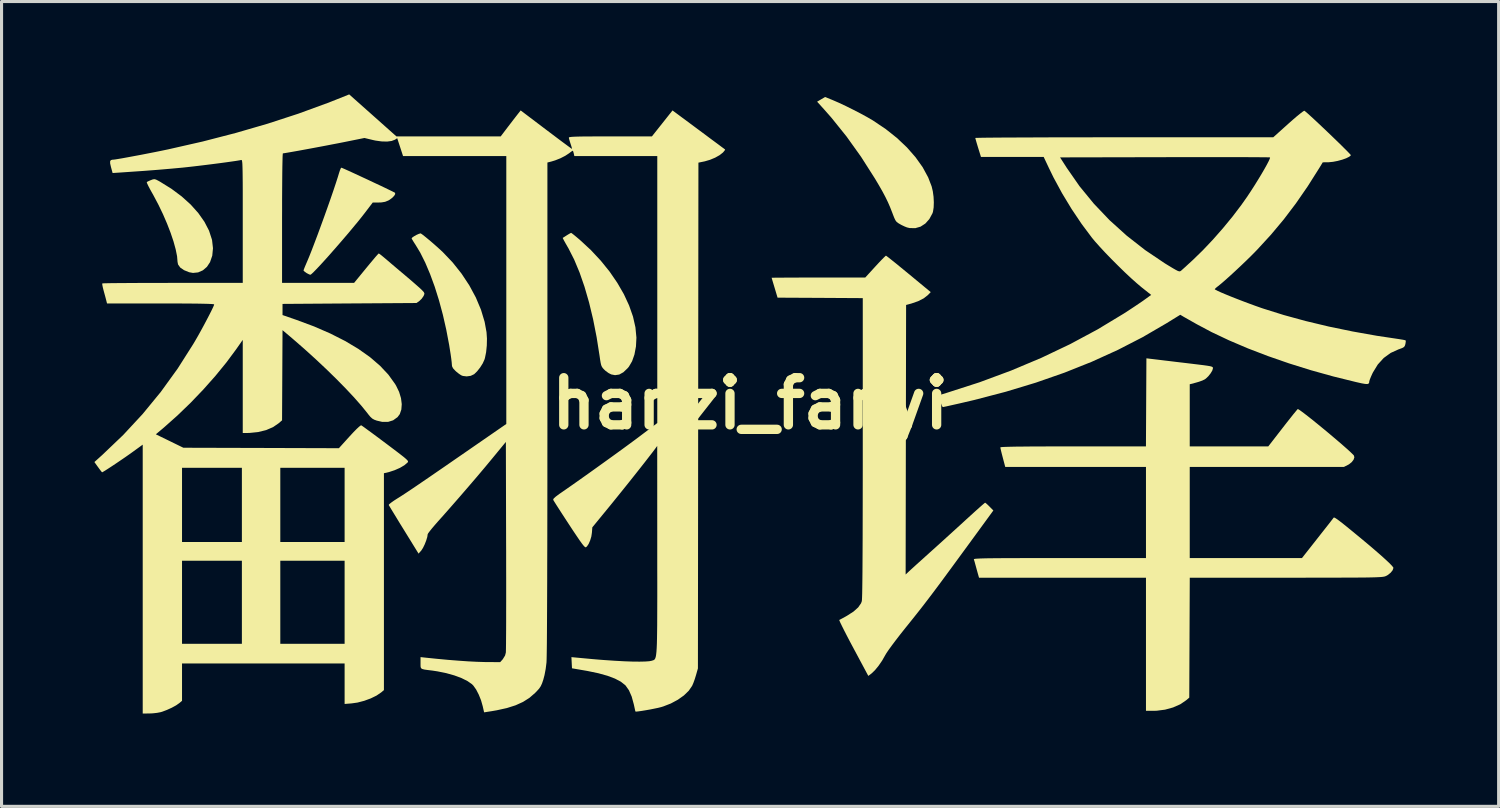
<source format=kicad_pcb>
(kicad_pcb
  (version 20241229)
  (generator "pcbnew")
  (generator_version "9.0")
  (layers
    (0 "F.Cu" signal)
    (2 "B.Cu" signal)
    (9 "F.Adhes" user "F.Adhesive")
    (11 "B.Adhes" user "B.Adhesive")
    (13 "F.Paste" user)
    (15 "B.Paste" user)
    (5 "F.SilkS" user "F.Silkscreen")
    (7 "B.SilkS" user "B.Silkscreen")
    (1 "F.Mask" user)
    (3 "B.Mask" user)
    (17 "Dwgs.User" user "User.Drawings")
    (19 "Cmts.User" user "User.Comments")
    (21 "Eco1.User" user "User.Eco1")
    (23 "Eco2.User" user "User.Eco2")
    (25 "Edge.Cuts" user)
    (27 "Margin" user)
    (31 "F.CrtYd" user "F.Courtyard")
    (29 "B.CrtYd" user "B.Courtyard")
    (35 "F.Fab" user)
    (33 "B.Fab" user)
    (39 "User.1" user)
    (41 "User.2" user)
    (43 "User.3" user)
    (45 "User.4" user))
  (footprint "hanzi_fanyi"
    (layer "F.Cu")
    (at 21.188 9.987)
    (property "Reference" "hanzi_fanyi" (at 0 0 0) (layer "F.SilkS") (effects (font (size 1.524 1.524) (thickness 0.3))))
    (attr board_only exclude_from_pos_files exclude_from_bom)
    (fp_poly (pts (xy -19.197 -7.235) (xy -19.124 -7.198) (xy -19.067 -7.166) (xy -18.698 -6.937) (xy -18.367 -6.69) (xy -18.076 -6.427) (xy -17.831 -6.153) (xy -17.633 -5.871) (xy -17.485 -5.586) (xy -17.392 -5.3) (xy -17.386 -5.275) (xy -17.357 -5.017) (xy -17.38 -4.777) (xy -17.452 -4.567) (xy -17.553 -4.415) (xy -17.684 -4.303) (xy -17.837 -4.236) (xy -18.002 -4.219) (xy -18.127 -4.241) (xy -18.294 -4.309) (xy -18.415 -4.393) (xy -18.485 -4.492) (xy -18.502 -4.576) (xy -18.517 -4.758) (xy -18.562 -4.981) (xy -18.632 -5.236) (xy -18.726 -5.515) (xy -18.84 -5.81) (xy -18.971 -6.114) (xy -19.117 -6.418) (xy -19.274 -6.715) (xy -19.316 -6.79) (xy -19.387 -6.917) (xy -19.444 -7.025) (xy -19.482 -7.106) (xy -19.497 -7.15) (xy -19.496 -7.154) (xy -19.46 -7.175) (xy -19.391 -7.206) (xy -19.36 -7.219) (xy -19.297 -7.242) (xy -19.248 -7.248)) (stroke (width 0) (type solid)) (fill yes) (layer "F.SilkS"))
    (fp_poly (pts (xy 2.675 -9.799) (xy 2.871 -9.714) (xy 3.096 -9.608) (xy 3.335 -9.489) (xy 3.571 -9.367) (xy 3.787 -9.249) (xy 3.967 -9.144) (xy 3.977 -9.137) (xy 4.379 -8.867) (xy 4.742 -8.578) (xy 5.064 -8.274) (xy 5.342 -7.957) (xy 5.572 -7.634) (xy 5.75 -7.306) (xy 5.863 -7.013) (xy 5.9 -6.856) (xy 5.924 -6.68) (xy 5.933 -6.5) (xy 5.927 -6.334) (xy 5.906 -6.198) (xy 5.89 -6.148) (xy 5.788 -5.959) (xy 5.658 -5.814) (xy 5.504 -5.714) (xy 5.333 -5.665) (xy 5.151 -5.669) (xy 5.066 -5.689) (xy 4.99 -5.719) (xy 4.893 -5.765) (xy 4.839 -5.795) (xy 4.775 -5.833) (xy 4.729 -5.87) (xy 4.692 -5.92) (xy 4.656 -5.995) (xy 4.612 -6.106) (xy 4.591 -6.162) (xy 4.522 -6.338) (xy 4.451 -6.502) (xy 4.371 -6.667) (xy 4.277 -6.844) (xy 4.162 -7.046) (xy 4.03 -7.268) (xy 3.583 -7.969) (xy 3.114 -8.625) (xy 2.626 -9.232) (xy 2.389 -9.501) (xy 2.162 -9.752) (xy 2.42 -9.903)) (stroke (width 0) (type solid)) (fill yes) (layer "F.SilkS"))
    (fp_poly (pts (xy -5.757 -5.495) (xy -5.695 -5.447) (xy -5.608 -5.375) (xy -5.504 -5.287) (xy -5.496 -5.28) (xy -5.146 -4.956) (xy -4.827 -4.614) (xy -4.541 -4.26) (xy -4.293 -3.898) (xy -4.082 -3.533) (xy -3.913 -3.168) (xy -3.787 -2.81) (xy -3.708 -2.462) (xy -3.676 -2.128) (xy -3.691 -1.842) (xy -3.74 -1.582) (xy -3.815 -1.368) (xy -3.917 -1.193) (xy -3.962 -1.139) (xy -4.097 -1.01) (xy -4.231 -0.936) (xy -4.367 -0.916) (xy -4.49 -0.94) (xy -4.576 -0.984) (xy -4.67 -1.052) (xy -4.709 -1.088) (xy -4.757 -1.138) (xy -4.79 -1.184) (xy -4.814 -1.239) (xy -4.832 -1.316) (xy -4.851 -1.429) (xy -4.865 -1.53) (xy -4.961 -2.139) (xy -5.075 -2.719) (xy -5.206 -3.264) (xy -5.353 -3.772) (xy -5.514 -4.236) (xy -5.689 -4.654) (xy -5.875 -5.019) (xy -5.908 -5.075) (xy -5.971 -5.185) (xy -6.02 -5.274) (xy -6.05 -5.333) (xy -6.057 -5.351) (xy -6.029 -5.368) (xy -5.968 -5.407) (xy -5.925 -5.435) (xy -5.851 -5.48) (xy -5.799 -5.508) (xy -5.785 -5.513)) (stroke (width 0) (type solid)) (fill yes) (layer "F.SilkS"))
    (fp_poly (pts (xy -10.641 -5.494) (xy -10.581 -5.452) (xy -10.489 -5.379) (xy -10.374 -5.284) (xy -10.248 -5.177) (xy -10.12 -5.064) (xy -10.001 -4.956) (xy -9.933 -4.893) (xy -9.613 -4.557) (xy -9.326 -4.196) (xy -9.075 -3.816) (xy -8.864 -3.425) (xy -8.698 -3.03) (xy -8.58 -2.638) (xy -8.519 -2.304) (xy -8.505 -2.095) (xy -8.51 -1.873) (xy -8.532 -1.658) (xy -8.57 -1.471) (xy -8.586 -1.419) (xy -8.641 -1.297) (xy -8.725 -1.164) (xy -8.822 -1.041) (xy -8.917 -0.949) (xy -8.923 -0.945) (xy -9.031 -0.894) (xy -9.16 -0.876) (xy -9.284 -0.891) (xy -9.337 -0.912) (xy -9.411 -0.961) (xy -9.497 -1.03) (xy -9.532 -1.063) (xy -9.601 -1.138) (xy -9.634 -1.206) (xy -9.64 -1.274) (xy -9.645 -1.337) (xy -9.658 -1.446) (xy -9.678 -1.588) (xy -9.704 -1.752) (xy -9.726 -1.891) (xy -9.82 -2.386) (xy -9.93 -2.87) (xy -10.055 -3.334) (xy -10.193 -3.774) (xy -10.342 -4.181) (xy -10.498 -4.55) (xy -10.66 -4.874) (xy -10.808 -5.119) (xy -10.868 -5.212) (xy -10.914 -5.287) (xy -10.938 -5.33) (xy -10.939 -5.335) (xy -10.916 -5.365) (xy -10.856 -5.406) (xy -10.781 -5.448) (xy -10.707 -5.481) (xy -10.654 -5.496)) (stroke (width 0) (type solid)) (fill yes) (layer "F.SilkS"))
    (fp_poly (pts (xy -13.179 -7.608) (xy -13.103 -7.575) (xy -12.989 -7.524) (xy -12.847 -7.459) (xy -12.682 -7.383) (xy -12.504 -7.3) (xy -12.319 -7.214) (xy -12.135 -7.127) (xy -11.959 -7.045) (xy -11.8 -6.969) (xy -11.664 -6.903) (xy -11.559 -6.852) (xy -11.494 -6.819) (xy -11.475 -6.808) (xy -11.469 -6.768) (xy -11.503 -6.71) (xy -11.567 -6.644) (xy -11.652 -6.582) (xy -11.689 -6.56) (xy -11.795 -6.517) (xy -11.914 -6.497) (xy -12.005 -6.494) (xy -12.195 -6.494) (xy -12.431 -6.184) (xy -12.541 -6.042) (xy -12.671 -5.88) (xy -12.818 -5.703) (xy -12.975 -5.514) (xy -13.14 -5.321) (xy -13.308 -5.126) (xy -13.474 -4.937) (xy -13.633 -4.756) (xy -13.782 -4.591) (xy -13.916 -4.445) (xy -14.031 -4.324) (xy -14.121 -4.232) (xy -14.183 -4.176) (xy -14.212 -4.159) (xy -14.256 -4.175) (xy -14.324 -4.21) (xy -14.338 -4.219) (xy -14.398 -4.262) (xy -14.43 -4.294) (xy -14.432 -4.298) (xy -14.421 -4.332) (xy -14.392 -4.407) (xy -14.349 -4.509) (xy -14.313 -4.592) (xy -14.247 -4.75) (xy -14.166 -4.954) (xy -14.074 -5.195) (xy -13.973 -5.462) (xy -13.868 -5.748) (xy -13.761 -6.042) (xy -13.656 -6.336) (xy -13.556 -6.62) (xy -13.465 -6.885) (xy -13.386 -7.122) (xy -13.322 -7.321) (xy -13.286 -7.44) (xy -13.256 -7.532) (xy -13.229 -7.597) (xy -13.211 -7.62)) (stroke (width 0) (type solid)) (fill yes) (layer "F.SilkS"))
    (fp_poly (pts (xy 4.413 -4.759) (xy 4.479 -4.709) (xy 4.578 -4.63) (xy 4.706 -4.528) (xy 4.855 -4.406) (xy 5.022 -4.269) (xy 5.121 -4.188) (xy 5.833 -3.599) (xy 5.744 -3.507) (xy 5.608 -3.399) (xy 5.426 -3.306) (xy 5.21 -3.231) (xy 5.037 -3.184) (xy 5.029 1.171) (xy 5.022 5.525) (xy 5.13 5.423) (xy 5.181 5.376) (xy 5.268 5.297) (xy 5.383 5.192) (xy 5.521 5.068) (xy 5.673 4.931) (xy 5.815 4.803) (xy 6.009 4.629) (xy 6.23 4.429) (xy 6.462 4.218) (xy 6.691 4.01) (xy 6.902 3.818) (xy 6.981 3.745) (xy 7.136 3.604) (xy 7.276 3.477) (xy 7.398 3.368) (xy 7.494 3.283) (xy 7.56 3.227) (xy 7.589 3.204) (xy 7.59 3.204) (xy 7.618 3.223) (xy 7.673 3.272) (xy 7.732 3.33) (xy 7.856 3.456) (xy 7.026 4.593) (xy 6.775 4.935) (xy 6.555 5.236) (xy 6.36 5.501) (xy 6.188 5.735) (xy 6.033 5.943) (xy 5.892 6.131) (xy 5.761 6.304) (xy 5.637 6.466) (xy 5.514 6.625) (xy 5.389 6.783) (xy 5.258 6.948) (xy 5.117 7.124) (xy 5.024 7.239) (xy 4.858 7.448) (xy 4.708 7.642) (xy 4.578 7.815) (xy 4.472 7.961) (xy 4.396 8.074) (xy 4.358 8.139) (xy 4.261 8.309) (xy 4.148 8.473) (xy 4.032 8.615) (xy 3.923 8.72) (xy 3.912 8.728) (xy 3.816 8.801) (xy 3.334 7.901) (xy 3.223 7.693) (xy 3.123 7.501) (xy 3.036 7.332) (xy 2.965 7.19) (xy 2.913 7.083) (xy 2.883 7.015) (xy 2.878 6.993) (xy 2.913 6.975) (xy 2.986 6.936) (xy 3.083 6.883) (xy 3.133 6.854) (xy 3.338 6.722) (xy 3.488 6.588) (xy 3.581 6.454) (xy 3.605 6.39) (xy 3.61 6.351) (xy 3.614 6.266) (xy 3.618 6.135) (xy 3.621 5.957) (xy 3.624 5.731) (xy 3.627 5.455) (xy 3.629 5.13) (xy 3.631 4.753) (xy 3.633 4.324) (xy 3.634 3.843) (xy 3.635 3.307) (xy 3.636 2.716) (xy 3.637 2.069) (xy 3.637 1.436) (xy 3.637 -3.405) (xy 2.26 -3.413) (xy 0.884 -3.42) (xy 0.789 -3.738) (xy 0.751 -3.864) (xy 0.72 -3.967) (xy 0.7 -4.037) (xy 0.693 -4.063) (xy 0.721 -4.064) (xy 0.801 -4.065) (xy 0.929 -4.066) (xy 1.098 -4.067) (xy 1.303 -4.068) (xy 1.54 -4.069) (xy 1.802 -4.07) (xy 2.084 -4.07) (xy 2.205 -4.07) (xy 3.717 -4.07) (xy 4.04 -4.423) (xy 4.149 -4.541) (xy 4.245 -4.642) (xy 4.322 -4.72) (xy 4.371 -4.766) (xy 4.386 -4.777)) (stroke (width 0) (type solid)) (fill yes) (layer "F.SilkS"))
    (fp_poly (pts (xy 13.205 -1.412) (xy 13.359 -1.393) (xy 13.554 -1.37) (xy 13.774 -1.343) (xy 14.005 -1.316) (xy 14.23 -1.289) (xy 14.28 -1.283) (xy 14.493 -1.257) (xy 14.656 -1.237) (xy 14.774 -1.22) (xy 14.856 -1.206) (xy 14.908 -1.192) (xy 14.936 -1.178) (xy 14.949 -1.161) (xy 14.951 -1.141) (xy 14.951 -1.14) (xy 14.931 -1.068) (xy 14.878 -0.978) (xy 14.805 -0.885) (xy 14.724 -0.807) (xy 14.684 -0.779) (xy 14.608 -0.742) (xy 14.499 -0.703) (xy 14.396 -0.673) (xy 14.201 -0.622) (xy 14.201 1.385) (xy 16.739 1.385) (xy 17.203 0.787) (xy 17.328 0.626) (xy 17.443 0.481) (xy 17.541 0.357) (xy 17.619 0.262) (xy 17.671 0.2) (xy 17.691 0.179) (xy 17.723 0.193) (xy 17.793 0.241) (xy 17.894 0.316) (xy 18.022 0.415) (xy 18.171 0.533) (xy 18.334 0.665) (xy 18.506 0.806) (xy 18.682 0.952) (xy 18.854 1.097) (xy 19.019 1.237) (xy 19.169 1.367) (xy 19.3 1.482) (xy 19.404 1.578) (xy 19.478 1.65) (xy 19.504 1.678) (xy 19.52 1.739) (xy 19.494 1.816) (xy 19.433 1.895) (xy 19.345 1.965) (xy 19.311 1.984) (xy 19.182 2.049) (xy 14.201 2.049) (xy 14.201 4.993) (xy 17.827 4.993) (xy 18.33 4.354) (xy 18.461 4.187) (xy 18.581 4.035) (xy 18.685 3.903) (xy 18.767 3.797) (xy 18.824 3.723) (xy 18.851 3.688) (xy 18.852 3.686) (xy 18.866 3.683) (xy 18.897 3.696) (xy 18.947 3.728) (xy 19.022 3.782) (xy 19.125 3.861) (xy 19.259 3.968) (xy 19.428 4.106) (xy 19.636 4.277) (xy 19.714 4.341) (xy 19.968 4.553) (xy 20.192 4.744) (xy 20.384 4.911) (xy 20.541 5.053) (xy 20.661 5.166) (xy 20.741 5.25) (xy 20.779 5.301) (xy 20.782 5.311) (xy 20.757 5.386) (xy 20.692 5.467) (xy 20.601 5.54) (xy 20.539 5.574) (xy 20.518 5.582) (xy 20.493 5.59) (xy 20.461 5.596) (xy 20.418 5.602) (xy 20.361 5.607) (xy 20.287 5.611) (xy 20.191 5.615) (xy 20.072 5.618) (xy 19.925 5.621) (xy 19.748 5.623) (xy 19.536 5.624) (xy 19.287 5.625) (xy 18.997 5.626) (xy 18.664 5.627) (xy 18.282 5.627) (xy 17.85 5.628) (xy 17.364 5.628) (xy 17.312 5.628) (xy 14.202 5.628) (xy 14.194 7.565) (xy 14.186 9.502) (xy 14.085 9.588) (xy 13.894 9.718) (xy 13.662 9.82) (xy 13.404 9.891) (xy 13.133 9.926) (xy 13.027 9.929) (xy 12.787 9.929) (xy 12.787 5.628) (xy 7.393 5.628) (xy 7.35 5.477) (xy 7.318 5.361) (xy 7.286 5.244) (xy 7.274 5.201) (xy 7.251 5.115) (xy 7.23 5.049) (xy 7.226 5.035) (xy 7.229 5.028) (xy 7.246 5.022) (xy 7.281 5.016) (xy 7.336 5.012) (xy 7.415 5.008) (xy 7.522 5.004) (xy 7.658 5.001) (xy 7.828 4.999) (xy 8.034 4.997) (xy 8.281 4.996) (xy 8.57 4.995) (xy 8.906 4.994) (xy 9.291 4.994) (xy 9.729 4.993) (xy 9.998 4.993) (xy 12.787 4.993) (xy 12.787 2.049) (xy 8.24 2.049) (xy 8.161 1.749) (xy 8.128 1.623) (xy 8.102 1.517) (xy 8.086 1.443) (xy 8.082 1.417) (xy 8.101 1.411) (xy 8.159 1.405) (xy 8.259 1.401) (xy 8.402 1.397) (xy 8.591 1.393) (xy 8.827 1.391) (xy 9.112 1.388) (xy 9.448 1.387) (xy 9.838 1.386) (xy 10.282 1.385) (xy 10.434 1.385) (xy 12.786 1.385) (xy 12.801 -1.46)) (stroke (width 0) (type solid)) (fill yes) (layer "F.SilkS"))
    (fp_poly (pts (xy 17.937 -9.435) (xy 18.005 -9.377) (xy 18.101 -9.29) (xy 18.22 -9.181) (xy 18.356 -9.054) (xy 18.503 -8.915) (xy 18.656 -8.77) (xy 18.809 -8.623) (xy 18.956 -8.481) (xy 19.092 -8.349) (xy 19.21 -8.231) (xy 19.306 -8.135) (xy 19.373 -8.065) (xy 19.406 -8.026) (xy 19.408 -8.02) (xy 19.354 -7.973) (xy 19.256 -7.924) (xy 19.127 -7.878) (xy 18.98 -7.838) (xy 18.83 -7.809) (xy 18.69 -7.795) (xy 18.652 -7.794) (xy 18.499 -7.793) (xy 18.392 -7.617) (xy 18.013 -7.018) (xy 17.631 -6.465) (xy 17.238 -5.947) (xy 16.826 -5.455) (xy 16.388 -4.978) (xy 16.337 -4.925) (xy 16.191 -4.777) (xy 16.027 -4.616) (xy 15.852 -4.449) (xy 15.676 -4.284) (xy 15.506 -4.128) (xy 15.351 -3.989) (xy 15.219 -3.875) (xy 15.117 -3.792) (xy 15.102 -3.781) (xy 15.043 -3.733) (xy 15.011 -3.699) (xy 15.009 -3.693) (xy 15.035 -3.673) (xy 15.108 -3.636) (xy 15.221 -3.585) (xy 15.366 -3.524) (xy 15.537 -3.454) (xy 15.725 -3.38) (xy 15.924 -3.303) (xy 16.127 -3.227) (xy 16.326 -3.154) (xy 16.513 -3.088) (xy 16.582 -3.065) (xy 17.242 -2.858) (xy 17.948 -2.665) (xy 18.691 -2.487) (xy 19.461 -2.328) (xy 20.248 -2.188) (xy 20.863 -2.096) (xy 20.988 -2.077) (xy 21.091 -2.06) (xy 21.158 -2.046) (xy 21.177 -2.039) (xy 21.181 -2.004) (xy 21.171 -1.936) (xy 21.168 -1.919) (xy 21.15 -1.863) (xy 21.122 -1.825) (xy 21.069 -1.794) (xy 20.978 -1.76) (xy 20.948 -1.75) (xy 20.692 -1.634) (xy 20.468 -1.471) (xy 20.277 -1.261) (xy 20.121 -1.006) (xy 20.099 -0.962) (xy 20.053 -0.859) (xy 20.019 -0.774) (xy 20.003 -0.722) (xy 20.002 -0.716) (xy 19.997 -0.671) (xy 19.978 -0.642) (xy 19.938 -0.629) (xy 19.866 -0.633) (xy 19.757 -0.652) (xy 19.601 -0.687) (xy 19.574 -0.693) (xy 18.837 -0.875) (xy 18.112 -1.077) (xy 17.407 -1.297) (xy 16.727 -1.533) (xy 16.08 -1.781) (xy 15.47 -2.041) (xy 14.906 -2.308) (xy 14.432 -2.56) (xy 14.294 -2.638) (xy 14.167 -2.71) (xy 14.063 -2.769) (xy 13.994 -2.808) (xy 13.983 -2.815) (xy 13.895 -2.867) (xy 13.444 -2.589) (xy 12.678 -2.143) (xy 11.875 -1.73) (xy 11.034 -1.348) (xy 10.152 -0.996) (xy 9.228 -0.674) (xy 8.257 -0.38) (xy 7.239 -0.114) (xy 6.764 -0.003) (xy 6.598 0.034) (xy 6.452 0.067) (xy 6.336 0.093) (xy 6.257 0.109) (xy 6.226 0.115) (xy 6.204 0.093) (xy 6.197 0.079) (xy 6.179 0.034) (xy 6.148 -0.045) (xy 6.123 -0.107) (xy 6.063 -0.258) (xy 6.358 -0.347) (xy 7.412 -0.687) (xy 8.428 -1.064) (xy 9.403 -1.474) (xy 10.336 -1.918) (xy 11.223 -2.394) (xy 12.064 -2.902) (xy 12.094 -2.921) (xy 12.255 -3.026) (xy 12.416 -3.132) (xy 12.563 -3.231) (xy 12.685 -3.314) (xy 12.748 -3.359) (xy 12.955 -3.509) (xy 12.647 -3.753) (xy 12.492 -3.884) (xy 12.308 -4.048) (xy 12.106 -4.237) (xy 11.895 -4.443) (xy 11.684 -4.654) (xy 11.481 -4.863) (xy 11.297 -5.061) (xy 11.14 -5.237) (xy 11.043 -5.354) (xy 10.71 -5.799) (xy 10.385 -6.283) (xy 10.078 -6.79) (xy 9.8 -7.303) (xy 9.654 -7.602) (xy 9.489 -7.952) (xy 10.011 -7.952) (xy 10.227 -7.615) (xy 10.64 -7.021) (xy 11.103 -6.456) (xy 11.612 -5.922) (xy 12.166 -5.422) (xy 12.762 -4.956) (xy 13.398 -4.528) (xy 13.514 -4.457) (xy 13.653 -4.373) (xy 13.751 -4.317) (xy 13.817 -4.283) (xy 13.861 -4.27) (xy 13.891 -4.272) (xy 13.916 -4.287) (xy 13.925 -4.294) (xy 13.966 -4.331) (xy 14.041 -4.398) (xy 14.14 -4.489) (xy 14.254 -4.593) (xy 14.308 -4.643) (xy 14.622 -4.949) (xy 14.948 -5.293) (xy 15.272 -5.661) (xy 15.583 -6.039) (xy 15.867 -6.413) (xy 16.047 -6.668) (xy 16.169 -6.851) (xy 16.29 -7.039) (xy 16.406 -7.226) (xy 16.514 -7.404) (xy 16.61 -7.569) (xy 16.69 -7.712) (xy 16.75 -7.827) (xy 16.787 -7.908) (xy 16.796 -7.949) (xy 16.795 -7.951) (xy 16.764 -7.953) (xy 16.68 -7.955) (xy 16.545 -7.956) (xy 16.363 -7.958) (xy 16.138 -7.959) (xy 15.873 -7.96) (xy 15.571 -7.96) (xy 15.238 -7.961) (xy 14.875 -7.961) (xy 14.486 -7.961) (xy 14.076 -7.96) (xy 13.648 -7.96) (xy 13.395 -7.959) (xy 10.011 -7.952) (xy 9.489 -7.952) (xy 9.483 -7.966) (xy 7.456 -7.966) (xy 7.364 -8.262) (xy 7.327 -8.385) (xy 7.297 -8.487) (xy 7.278 -8.557) (xy 7.273 -8.58) (xy 7.301 -8.582) (xy 7.385 -8.584) (xy 7.52 -8.587) (xy 7.703 -8.589) (xy 7.933 -8.591) (xy 8.205 -8.593) (xy 8.517 -8.594) (xy 8.865 -8.596) (xy 9.248 -8.597) (xy 9.661 -8.599) (xy 10.102 -8.6) (xy 10.568 -8.601) (xy 11.056 -8.601) (xy 11.562 -8.602) (xy 12.085 -8.602) (xy 12.087 -8.602) (xy 16.9 -8.602) (xy 17.384 -9.037) (xy 17.525 -9.162) (xy 17.653 -9.272) (xy 17.762 -9.361) (xy 17.844 -9.424) (xy 17.893 -9.456) (xy 17.904 -9.459)) (stroke (width 0) (type solid)) (fill yes) (layer "F.SilkS"))
    (fp_poly (pts (xy -12.193 -9.309) (xy -11.43 -8.63) (xy -8.061 -8.63) (xy -7.848 -8.911) (xy -7.752 -9.036) (xy -7.657 -9.16) (xy -7.575 -9.266) (xy -7.525 -9.33) (xy -7.416 -9.469) (xy -6.594 -8.847) (xy -6.404 -8.704) (xy -6.229 -8.572) (xy -6.074 -8.456) (xy -5.944 -8.36) (xy -5.845 -8.287) (xy -5.782 -8.241) (xy -5.76 -8.226) (xy -5.761 -8.251) (xy -5.779 -8.315) (xy -5.803 -8.389) (xy -5.833 -8.484) (xy -5.854 -8.559) (xy -5.859 -8.591) (xy -5.851 -8.601) (xy -5.822 -8.608) (xy -5.768 -8.615) (xy -5.685 -8.62) (xy -5.569 -8.624) (xy -5.415 -8.627) (xy -5.219 -8.628) (xy -4.975 -8.63) (xy -4.681 -8.63) (xy -4.518 -8.63) (xy -3.176 -8.63) (xy -2.843 -9.049) (xy -2.51 -9.469) (xy -2.301 -9.314) (xy -2.211 -9.247) (xy -2.093 -9.16) (xy -1.953 -9.056) (xy -1.798 -8.941) (xy -1.634 -8.819) (xy -1.469 -8.697) (xy -1.309 -8.577) (xy -1.16 -8.467) (xy -1.029 -8.37) (xy -0.924 -8.291) (xy -0.849 -8.236) (xy -0.813 -8.208) (xy -0.81 -8.207) (xy -0.82 -8.182) (xy -0.861 -8.132) (xy -0.882 -8.108) (xy -0.987 -8.025) (xy -1.131 -7.944) (xy -1.298 -7.874) (xy -1.469 -7.824) (xy -1.493 -7.819) (xy -1.673 -7.782) (xy -1.681 0.388) (xy -1.689 8.558) (xy -1.752 8.779) (xy -1.791 8.905) (xy -1.835 9.027) (xy -1.875 9.119) (xy -1.877 9.123) (xy -1.986 9.281) (xy -2.142 9.432) (xy -2.338 9.571) (xy -2.564 9.692) (xy -2.811 9.788) (xy -2.888 9.811) (xy -2.981 9.834) (xy -3.102 9.859) (xy -3.236 9.886) (xy -3.373 9.91) (xy -3.501 9.931) (xy -3.607 9.946) (xy -3.68 9.954) (xy -3.707 9.952) (xy -3.716 9.922) (xy -3.732 9.849) (xy -3.754 9.748) (xy -3.761 9.717) (xy -3.829 9.468) (xy -3.918 9.265) (xy -4.025 9.113) (xy -4.04 9.098) (xy -4.179 8.988) (xy -4.369 8.888) (xy -4.61 8.797) (xy -4.904 8.715) (xy -5.254 8.642) (xy -5.369 8.622) (xy -5.758 8.555) (xy -5.767 8.375) (xy -5.776 8.194) (xy -5.608 8.21) (xy -5.337 8.235) (xy -5.11 8.256) (xy -4.913 8.273) (xy -4.733 8.287) (xy -4.556 8.299) (xy -4.368 8.312) (xy -4.344 8.313) (xy -4.054 8.329) (xy -3.795 8.338) (xy -3.573 8.34) (xy -3.393 8.336) (xy -3.259 8.326) (xy -3.182 8.311) (xy -3.155 8.302) (xy -3.131 8.295) (xy -3.109 8.285) (xy -3.091 8.27) (xy -3.074 8.247) (xy -3.06 8.212) (xy -3.047 8.163) (xy -3.037 8.096) (xy -3.028 8.009) (xy -3.021 7.898) (xy -3.015 7.761) (xy -3.011 7.593) (xy -3.008 7.393) (xy -3.005 7.158) (xy -3.004 6.883) (xy -3.003 6.566) (xy -3.002 6.205) (xy -3.002 5.795) (xy -3.003 5.334) (xy -3.003 4.819) (xy -3.003 4.729) (xy -3.004 1.371) (xy -3.068 1.458) (xy -3.154 1.573) (xy -3.272 1.725) (xy -3.414 1.908) (xy -3.575 2.113) (xy -3.75 2.334) (xy -3.931 2.562) (xy -4.115 2.791) (xy -4.294 3.013) (xy -4.462 3.221) (xy -4.532 3.307) (xy -5.101 4.001) (xy -5.114 4.173) (xy -5.133 4.299) (xy -5.171 4.425) (xy -5.22 4.537) (xy -5.274 4.617) (xy -5.307 4.644) (xy -5.325 4.644) (xy -5.351 4.626) (xy -5.39 4.584) (xy -5.443 4.516) (xy -5.515 4.415) (xy -5.608 4.278) (xy -5.727 4.101) (xy -5.853 3.909) (xy -5.976 3.721) (xy -6.089 3.547) (xy -6.188 3.393) (xy -6.269 3.267) (xy -6.328 3.173) (xy -6.361 3.119) (xy -6.366 3.108) (xy -6.35 3.071) (xy -6.283 3.009) (xy -6.167 2.922) (xy -6.113 2.885) (xy -5.94 2.765) (xy -5.728 2.617) (xy -5.487 2.447) (xy -5.226 2.262) (xy -4.952 2.066) (xy -4.675 1.867) (xy -4.403 1.671) (xy -4.145 1.484) (xy -3.909 1.311) (xy -3.704 1.16) (xy -3.572 1.061) (xy -3.002 0.631) (xy -3.002 -7.995) (xy -5.682 -7.995) (xy -5.701 -8.082) (xy -5.718 -8.142) (xy -5.733 -8.168) (xy -5.733 -8.168) (xy -5.762 -8.152) (xy -5.819 -8.11) (xy -5.854 -8.083) (xy -5.976 -8.003) (xy -6.132 -7.923) (xy -6.301 -7.856) (xy -6.422 -7.819) (xy -6.552 -7.786) (xy -6.552 0.126) (xy -6.552 0.978) (xy -6.553 1.789) (xy -6.553 2.558) (xy -6.554 3.284) (xy -6.555 3.967) (xy -6.556 4.604) (xy -6.558 5.196) (xy -6.559 5.741) (xy -6.561 6.237) (xy -6.563 6.685) (xy -6.565 7.082) (xy -6.567 7.429) (xy -6.569 7.723) (xy -6.572 7.963) (xy -6.575 8.149) (xy -6.578 8.28) (xy -6.581 8.355) (xy -6.581 8.362) (xy -6.607 8.571) (xy -6.645 8.773) (xy -6.685 8.924) (xy -6.726 9.044) (xy -6.767 9.133) (xy -6.819 9.211) (xy -6.896 9.296) (xy -6.952 9.353) (xy -7.133 9.51) (xy -7.34 9.641) (xy -7.58 9.75) (xy -7.86 9.839) (xy -8.186 9.911) (xy -8.347 9.939) (xy -8.597 9.978) (xy -8.642 9.78) (xy -8.696 9.589) (xy -8.77 9.405) (xy -8.854 9.242) (xy -8.944 9.115) (xy -8.991 9.067) (xy -9.136 8.966) (xy -9.329 8.87) (xy -9.561 8.784) (xy -9.822 8.711) (xy -10.103 8.654) (xy -10.267 8.629) (xy -10.422 8.61) (xy -10.528 8.595) (xy -10.596 8.577) (xy -10.633 8.552) (xy -10.648 8.514) (xy -10.651 8.457) (xy -10.651 8.382) (xy -10.651 8.193) (xy -10.499 8.21) (xy -10.127 8.248) (xy -9.765 8.282) (xy -9.422 8.309) (xy -9.107 8.331) (xy -8.829 8.345) (xy -8.597 8.352) (xy -8.563 8.353) (xy -8.078 8.356) (xy -7.995 8.264) (xy -7.92 8.142) (xy -7.895 8.048) (xy -7.893 8.003) (xy -7.891 7.904) (xy -7.889 7.755) (xy -7.888 7.56) (xy -7.886 7.322) (xy -7.885 7.045) (xy -7.885 6.733) (xy -7.884 6.39) (xy -7.884 6.019) (xy -7.884 5.625) (xy -7.885 5.21) (xy -7.885 4.78) (xy -7.886 4.582) (xy -7.894 1.241) (xy -8.327 1.767) (xy -8.561 2.049) (xy -8.824 2.361) (xy -9.107 2.691) (xy -9.399 3.029) (xy -9.69 3.362) (xy -9.971 3.68) (xy -10.079 3.8) (xy -10.189 3.926) (xy -10.285 4.039) (xy -10.359 4.132) (xy -10.406 4.196) (xy -10.42 4.223) (xy -10.433 4.311) (xy -10.468 4.427) (xy -10.517 4.552) (xy -10.572 4.665) (xy -10.623 4.745) (xy -10.626 4.749) (xy -10.715 4.85) (xy -11.191 4.078) (xy -11.309 3.888) (xy -11.416 3.712) (xy -11.51 3.558) (xy -11.587 3.432) (xy -11.643 3.339) (xy -11.674 3.286) (xy -11.679 3.277) (xy -11.66 3.251) (xy -11.601 3.203) (xy -11.511 3.139) (xy -11.41 3.074) (xy -11.336 3.028) (xy -11.253 2.975) (xy -11.158 2.913) (xy -11.048 2.84) (xy -10.918 2.753) (xy -10.766 2.65) (xy -10.589 2.529) (xy -10.382 2.388) (xy -10.144 2.224) (xy -9.87 2.036) (xy -9.558 1.82) (xy -9.204 1.576) (xy -8.941 1.394) (xy -7.88 0.661) (xy -7.88 -7.995) (xy -11.216 -7.995) (xy -11.31 -8.283) (xy -11.405 -8.572) (xy -11.475 -8.525) (xy -11.583 -8.483) (xy -11.732 -8.463) (xy -11.912 -8.468) (xy -12.111 -8.496) (xy -12.192 -8.514) (xy -12.463 -8.579) (xy -13.122 -8.446) (xy -13.299 -8.411) (xy -13.498 -8.373) (xy -13.714 -8.331) (xy -13.937 -8.289) (xy -14.161 -8.247) (xy -14.378 -8.207) (xy -14.579 -8.17) (xy -14.759 -8.138) (xy -14.908 -8.112) (xy -15.02 -8.093) (xy -15.086 -8.083) (xy -15.099 -8.082) (xy -15.103 -8.054) (xy -15.108 -7.972) (xy -15.111 -7.84) (xy -15.115 -7.661) (xy -15.118 -7.441) (xy -15.12 -7.183) (xy -15.122 -6.89) (xy -15.124 -6.566) (xy -15.124 -6.216) (xy -15.125 -5.989) (xy -15.125 -3.897) (xy -12.798 -3.897) (xy -12.41 -4.371) (xy -12.294 -4.512) (xy -12.19 -4.636) (xy -12.104 -4.738) (xy -12.041 -4.809) (xy -12.006 -4.845) (xy -12.002 -4.848) (xy -11.972 -4.831) (xy -11.911 -4.784) (xy -11.83 -4.717) (xy -11.8 -4.692) (xy -11.72 -4.624) (xy -11.607 -4.527) (xy -11.47 -4.411) (xy -11.32 -4.284) (xy -11.167 -4.156) (xy -11.156 -4.146) (xy -11.011 -4.023) (xy -10.875 -3.906) (xy -10.757 -3.803) (xy -10.665 -3.721) (xy -10.608 -3.667) (xy -10.602 -3.661) (xy -10.546 -3.6) (xy -10.526 -3.558) (xy -10.535 -3.513) (xy -10.555 -3.47) (xy -10.612 -3.387) (xy -10.687 -3.314) (xy -10.691 -3.311) (xy -10.781 -3.247) (xy -12.945 -3.233) (xy -15.11 -3.218) (xy -15.11 -2.858) (xy -14.663 -2.703) (xy -14.09 -2.49) (xy -13.564 -2.261) (xy -13.086 -2.019) (xy -12.659 -1.764) (xy -12.282 -1.497) (xy -11.958 -1.218) (xy -11.688 -0.93) (xy -11.474 -0.632) (xy -11.44 -0.575) (xy -11.343 -0.374) (xy -11.282 -0.172) (xy -11.258 0.02) (xy -11.271 0.194) (xy -11.321 0.342) (xy -11.394 0.44) (xy -11.537 0.543) (xy -11.701 0.594) (xy -11.887 0.594) (xy -12.064 0.553) (xy -12.146 0.523) (xy -12.211 0.486) (xy -12.273 0.429) (xy -12.347 0.34) (xy -12.375 0.302) (xy -12.568 0.065) (xy -12.802 -0.201) (xy -13.073 -0.49) (xy -13.374 -0.796) (xy -13.7 -1.114) (xy -14.046 -1.439) (xy -14.406 -1.765) (xy -14.776 -2.087) (xy -14.878 -2.174) (xy -15.11 -2.37) (xy -15.125 0.543) (xy -15.232 0.636) (xy -15.415 0.762) (xy -15.64 0.859) (xy -15.897 0.922) (xy -16.178 0.951) (xy -16.243 0.952) (xy -16.395 0.953) (xy -16.395 -2.056) (xy -16.61 -1.749) (xy -16.924 -1.326) (xy -17.28 -0.89) (xy -17.669 -0.452) (xy -18.08 -0.023) (xy -18.504 0.386) (xy -18.93 0.765) (xy -18.96 0.791) (xy -19.203 0.995) (xy -18.758 1.212) (xy -18.314 1.429) (xy -15.802 1.436) (xy -13.289 1.444) (xy -12.948 1.067) (xy -12.822 0.931) (xy -12.715 0.822) (xy -12.634 0.747) (xy -12.582 0.708) (xy -12.568 0.704) (xy -12.536 0.724) (xy -12.464 0.775) (xy -12.358 0.853) (xy -12.222 0.952) (xy -12.064 1.069) (xy -11.889 1.2) (xy -11.775 1.285) (xy -11.569 1.44) (xy -11.405 1.564) (xy -11.278 1.662) (xy -11.184 1.736) (xy -11.12 1.791) (xy -11.079 1.831) (xy -11.059 1.859) (xy -11.055 1.88) (xy -11.063 1.897) (xy -11.074 1.911) (xy -11.174 1.995) (xy -11.316 2.079) (xy -11.486 2.154) (xy -11.668 2.214) (xy -11.755 2.236) (xy -11.834 2.252) (xy -11.834 9.26) (xy -11.925 9.336) (xy -12.072 9.436) (xy -12.26 9.528) (xy -12.47 9.605) (xy -12.687 9.662) (xy -12.879 9.689) (xy -13.104 9.707) (xy -13.104 8.399) (xy -18.357 8.399) (xy -18.357 9.606) (xy -18.444 9.679) (xy -18.548 9.752) (xy -18.689 9.829) (xy -18.845 9.9) (xy -18.996 9.957) (xy -19.051 9.973) (xy -19.166 9.995) (xy -19.304 10.01) (xy -19.418 10.015) (xy -19.627 10.016) (xy -19.627 7.764) (xy -18.357 7.764) (xy -16.423 7.764) (xy -15.182 7.764) (xy -13.104 7.764) (xy -13.104 5.08) (xy -15.182 5.08) (xy -15.182 7.764) (xy -16.423 7.764) (xy -16.423 5.08) (xy -18.357 5.08) (xy -18.357 7.764) (xy -19.627 7.764) (xy -19.627 4.474) (xy -18.357 4.474) (xy -16.423 4.474) (xy -15.182 4.474) (xy -13.104 4.474) (xy -13.104 2.078) (xy -15.182 2.078) (xy -15.182 4.474) (xy -16.423 4.474) (xy -16.423 2.078) (xy -18.357 2.078) (xy -18.357 4.474) (xy -19.627 4.474) (xy -19.627 1.329) (xy -19.948 1.562) (xy -20.06 1.642) (xy -20.19 1.733) (xy -20.332 1.83) (xy -20.475 1.927) (xy -20.613 2.019) (xy -20.737 2.1) (xy -20.838 2.165) (xy -20.908 2.207) (xy -20.939 2.223) (xy -20.96 2.201) (xy -21.005 2.144) (xy -21.064 2.063) (xy -21.069 2.057) (xy -21.188 1.891) (xy -20.934 1.662) (xy -20.258 1.017) (xy -19.629 0.339) (xy -19.043 -0.375) (xy -18.499 -1.127) (xy -17.995 -1.92) (xy -17.927 -2.035) (xy -17.837 -2.191) (xy -17.743 -2.36) (xy -17.649 -2.533) (xy -17.559 -2.703) (xy -17.477 -2.86) (xy -17.408 -2.997) (xy -17.356 -3.105) (xy -17.325 -3.177) (xy -17.318 -3.202) (xy -17.34 -3.209) (xy -17.407 -3.215) (xy -17.521 -3.22) (xy -17.683 -3.224) (xy -17.895 -3.228) (xy -18.159 -3.23) (xy -18.476 -3.232) (xy -18.849 -3.233) (xy -19.049 -3.233) (xy -20.78 -3.233) (xy -20.811 -3.355) (xy -20.836 -3.45) (xy -20.869 -3.571) (xy -20.896 -3.671) (xy -20.92 -3.769) (xy -20.934 -3.844) (xy -20.933 -3.88) (xy -20.933 -3.88) (xy -20.902 -3.883) (xy -20.818 -3.885) (xy -20.685 -3.888) (xy -20.508 -3.89) (xy -20.29 -3.892) (xy -20.037 -3.893) (xy -19.752 -3.895) (xy -19.441 -3.896) (xy -19.107 -3.896) (xy -18.755 -3.897) (xy -18.656 -3.897) (xy -16.395 -3.897) (xy -16.395 -5.89) (xy -16.395 -6.278) (xy -16.395 -6.612) (xy -16.395 -6.896) (xy -16.396 -7.135) (xy -16.398 -7.331) (xy -16.4 -7.49) (xy -16.403 -7.614) (xy -16.406 -7.709) (xy -16.41 -7.777) (xy -16.416 -7.824) (xy -16.422 -7.852) (xy -16.43 -7.866) (xy -16.439 -7.869) (xy -16.445 -7.868) (xy -16.5 -7.857) (xy -16.604 -7.84) (xy -16.748 -7.819) (xy -16.925 -7.794) (xy -17.125 -7.767) (xy -17.341 -7.739) (xy -17.564 -7.711) (xy -17.786 -7.684) (xy -17.998 -7.659) (xy -18.193 -7.637) (xy -18.343 -7.621) (xy -18.712 -7.587) (xy -19.133 -7.551) (xy -19.6 -7.515) (xy -20.107 -7.48) (xy -20.352 -7.463) (xy -20.6 -7.447) (xy -20.652 -7.638) (xy -20.679 -7.754) (xy -20.68 -7.827) (xy -20.654 -7.865) (xy -20.596 -7.879) (xy -20.574 -7.879) (xy -20.521 -7.885) (xy -20.42 -7.901) (xy -20.278 -7.925) (xy -20.104 -7.957) (xy -19.905 -7.994) (xy -19.689 -8.034) (xy -19.465 -8.078) (xy -19.24 -8.122) (xy -19.023 -8.166) (xy -18.821 -8.208) (xy -18.793 -8.214) (xy -17.689 -8.465) (xy -16.619 -8.742) (xy -15.587 -9.042) (xy -14.597 -9.365) (xy -13.656 -9.709) (xy -13.398 -9.81) (xy -12.956 -9.987)) (stroke (width 0) (type solid)) (fill yes) (layer "F.SilkS")))
  (gr_rect
    (start -3 -3)
    (end 45.369 23.003)
    (stroke (width 0.1) (type default))
    (fill no)
    (layer "Edge.Cuts")))
</source>
